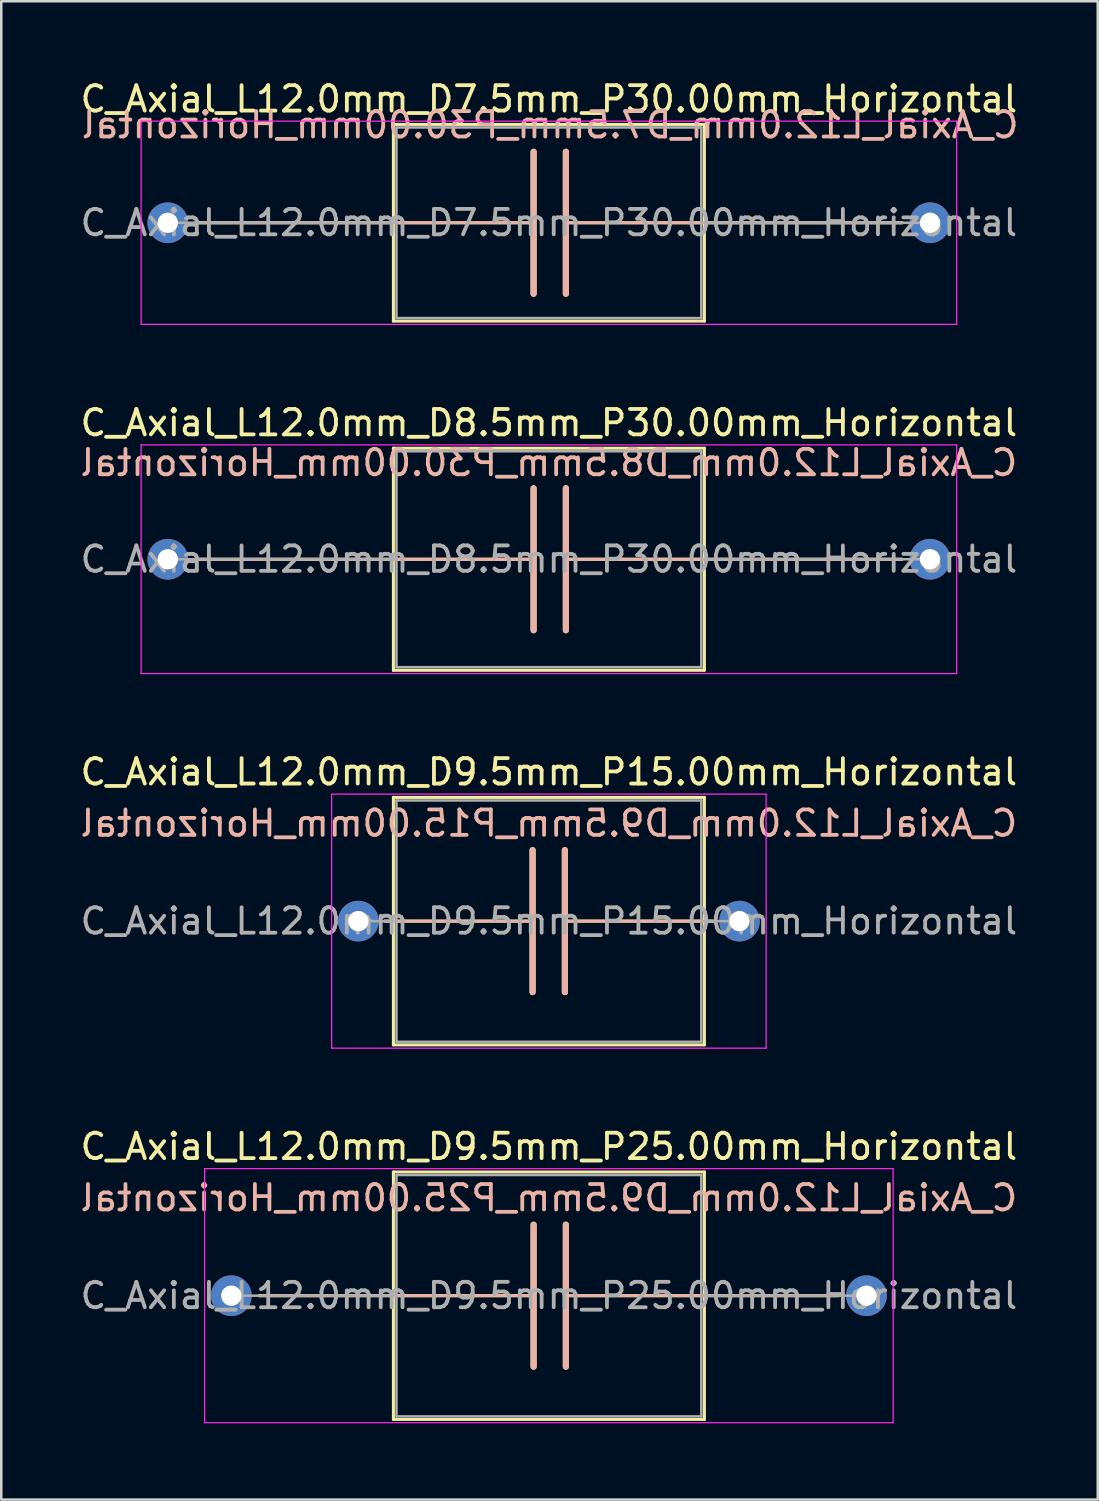
<source format=kicad_pcb>
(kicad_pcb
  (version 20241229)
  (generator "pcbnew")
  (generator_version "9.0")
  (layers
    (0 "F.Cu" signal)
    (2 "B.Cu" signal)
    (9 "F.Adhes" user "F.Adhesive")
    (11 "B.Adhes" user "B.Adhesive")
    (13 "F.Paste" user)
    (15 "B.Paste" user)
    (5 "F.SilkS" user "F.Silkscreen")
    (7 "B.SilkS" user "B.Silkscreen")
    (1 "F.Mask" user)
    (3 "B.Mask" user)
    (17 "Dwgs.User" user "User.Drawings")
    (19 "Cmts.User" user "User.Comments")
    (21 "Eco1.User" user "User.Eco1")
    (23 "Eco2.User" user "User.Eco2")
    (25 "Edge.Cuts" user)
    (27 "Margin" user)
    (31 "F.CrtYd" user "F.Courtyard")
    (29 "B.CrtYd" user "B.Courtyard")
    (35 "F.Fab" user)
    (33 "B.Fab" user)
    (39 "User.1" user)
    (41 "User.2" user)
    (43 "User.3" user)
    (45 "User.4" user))
  (footprint "C_Axial_L12.0mm_D8.5mm_P30.00mm_Horizontal"
    (layer "F.Cu")
    (at 3.554 18.962)
    (property "Reference" "C_Axial_L12.0mm_D8.5mm_P30.00mm_Horizontal" (at 15 -5.37 0) (layer "F.SilkS") (effects (font (size 1 1) (thickness 0.15))))
    (fp_line (start 1.1 0) (end 8.88 0) (stroke (width 0.12) (type solid)) (layer "F.SilkS"))
    (fp_line (start 8.88 -4.37) (end 8.88 4.37) (stroke (width 0.12) (type solid)) (layer "F.SilkS"))
    (fp_line (start 8.88 0) (end 14.398 0) (stroke (width 0.12) (type solid)) (layer "F.SilkS"))
    (fp_line (start 8.88 4.37) (end 21.12 4.37) (stroke (width 0.12) (type solid)) (layer "F.SilkS"))
    (fp_line (start 14.398 -2.794) (end 14.398 2.794) (stroke (width 0.24) (type solid)) (layer "F.SilkS"))
    (fp_line (start 15.668 2.794) (end 15.668 -2.794) (stroke (width 0.24) (type solid)) (layer "F.SilkS"))
    (fp_line (start 21.12 -4.37) (end 8.88 -4.37) (stroke (width 0.12) (type solid)) (layer "F.SilkS"))
    (fp_line (start 21.12 0) (end 15.668 0) (stroke (width 0.12) (type solid)) (layer "F.SilkS"))
    (fp_line (start 21.12 4.37) (end 21.12 -4.37) (stroke (width 0.12) (type solid)) (layer "F.SilkS"))
    (fp_line (start 28.9 0) (end 21.12 0) (stroke (width 0.12) (type solid)) (layer "F.SilkS"))
    (fp_line (start 1.1 0) (end 8.88 0) (stroke (width 0.12) (type solid)) (layer "B.SilkS"))
    (fp_line (start 8.88 0) (end 14.398 0) (stroke (width 0.12) (type solid)) (layer "B.SilkS"))
    (fp_line (start 14.398 2.794) (end 14.398 -2.794) (stroke (width 0.24) (type solid)) (layer "B.SilkS"))
    (fp_line (start 15.668 -2.794) (end 15.668 2.794) (stroke (width 0.24) (type solid)) (layer "B.SilkS"))
    (fp_line (start 21.12 0) (end 15.668 0) (stroke (width 0.12) (type solid)) (layer "B.SilkS"))
    (fp_line (start 28.9 0) (end 21.12 0) (stroke (width 0.12) (type solid)) (layer "B.SilkS"))
    (fp_line (start -1.05 -4.5) (end -1.05 4.5) (stroke (width 0.05) (type solid)) (layer "F.CrtYd"))
    (fp_line (start -1.05 4.5) (end 31.05 4.5) (stroke (width 0.05) (type solid)) (layer "F.CrtYd"))
    (fp_line (start 31.05 -4.5) (end -1.05 -4.5) (stroke (width 0.05) (type solid)) (layer "F.CrtYd"))
    (fp_line (start 31.05 4.5) (end 31.05 -4.5) (stroke (width 0.05) (type solid)) (layer "F.CrtYd"))
    (fp_line (start 0 0) (end 9 0) (stroke (width 0.1) (type solid)) (layer "F.Fab"))
    (fp_line (start 9 -4.25) (end 9 4.25) (stroke (width 0.1) (type solid)) (layer "F.Fab"))
    (fp_line (start 9 4.25) (end 21 4.25) (stroke (width 0.1) (type solid)) (layer "F.Fab"))
    (fp_line (start 21 -4.25) (end 9 -4.25) (stroke (width 0.1) (type solid)) (layer "F.Fab"))
    (fp_line (start 21 4.25) (end 21 -4.25) (stroke (width 0.1) (type solid)) (layer "F.Fab"))
    (fp_line (start 30 0) (end 21 0) (stroke (width 0.1) (type solid)) (layer "F.Fab"))
    (fp_text user "${REFERENCE}" (at 15 -3.8 0) (layer "B.SilkS") (effects (font (size 1 1) (thickness 0.15)) (justify mirror)))
    (fp_text user "${REFERENCE}" (at 15 0 0) (layer "F.Fab") (effects (font (size 1 1) (thickness 0.15))))
    (pad "1" thru_hole circle (at 0 0) (size 1.6 1.6) (drill 0.8) (layers "*.Cu" "*.Mask"))
    (pad "2" thru_hole oval (at 30 0) (size 1.6 1.6) (drill 0.8) (layers "*.Cu" "*.Mask")))
  (footprint "C_Axial_L12.0mm_D9.5mm_P15.00mm_Horizontal"
    (layer "F.Cu")
    (at 11.054 33.205)
    (property "Reference" "C_Axial_L12.0mm_D9.5mm_P15.00mm_Horizontal" (at 7.5 -5.87 0) (layer "F.SilkS") (effects (font (size 1 1) (thickness 0.15))))
    (fp_line (start 1.04 0) (end 1.38 0) (stroke (width 0.12) (type solid)) (layer "F.SilkS"))
    (fp_line (start 1.38 -4.87) (end 1.38 4.87) (stroke (width 0.12) (type solid)) (layer "F.SilkS"))
    (fp_line (start 1.38 0) (end 6.858 0) (stroke (width 0.12) (type solid)) (layer "F.SilkS"))
    (fp_line (start 1.38 4.87) (end 13.62 4.87) (stroke (width 0.12) (type solid)) (layer "F.SilkS"))
    (fp_line (start 6.858 -2.794) (end 6.858 2.794) (stroke (width 0.24) (type solid)) (layer "F.SilkS"))
    (fp_line (start 8.128 2.794) (end 8.128 -2.794) (stroke (width 0.24) (type solid)) (layer "F.SilkS"))
    (fp_line (start 13.62 -4.87) (end 1.38 -4.87) (stroke (width 0.12) (type solid)) (layer "F.SilkS"))
    (fp_line (start 13.62 0) (end 8.128 0) (stroke (width 0.12) (type solid)) (layer "F.SilkS"))
    (fp_line (start 13.62 4.87) (end 13.62 -4.87) (stroke (width 0.12) (type solid)) (layer "F.SilkS"))
    (fp_line (start 13.96 0) (end 13.62 0) (stroke (width 0.12) (type solid)) (layer "F.SilkS"))
    (fp_line (start 1.04 0) (end 1.38 0) (stroke (width 0.12) (type solid)) (layer "B.SilkS"))
    (fp_line (start 1.38 0) (end 6.858 0) (stroke (width 0.12) (type solid)) (layer "B.SilkS"))
    (fp_line (start 6.858 2.794) (end 6.858 -2.794) (stroke (width 0.24) (type solid)) (layer "B.SilkS"))
    (fp_line (start 8.128 -2.794) (end 8.128 2.794) (stroke (width 0.24) (type solid)) (layer "B.SilkS"))
    (fp_line (start 13.62 0) (end 8.128 0) (stroke (width 0.12) (type solid)) (layer "B.SilkS"))
    (fp_line (start 13.96 0) (end 13.62 0) (stroke (width 0.12) (type solid)) (layer "B.SilkS"))
    (fp_line (start -1.05 -5) (end -1.05 5) (stroke (width 0.05) (type solid)) (layer "F.CrtYd"))
    (fp_line (start -1.05 5) (end 16.05 5) (stroke (width 0.05) (type solid)) (layer "F.CrtYd"))
    (fp_line (start 16.05 -5) (end -1.05 -5) (stroke (width 0.05) (type solid)) (layer "F.CrtYd"))
    (fp_line (start 16.05 5) (end 16.05 -5) (stroke (width 0.05) (type solid)) (layer "F.CrtYd"))
    (fp_line (start 0 0) (end 1.5 0) (stroke (width 0.1) (type solid)) (layer "F.Fab"))
    (fp_line (start 1.5 -4.75) (end 1.5 4.75) (stroke (width 0.1) (type solid)) (layer "F.Fab"))
    (fp_line (start 1.5 4.75) (end 13.5 4.75) (stroke (width 0.1) (type solid)) (layer "F.Fab"))
    (fp_line (start 13.5 -4.75) (end 1.5 -4.75) (stroke (width 0.1) (type solid)) (layer "F.Fab"))
    (fp_line (start 13.5 4.75) (end 13.5 -4.75) (stroke (width 0.1) (type solid)) (layer "F.Fab"))
    (fp_line (start 15 0) (end 13.5 0) (stroke (width 0.1) (type solid)) (layer "F.Fab"))
    (fp_text user "${REFERENCE}" (at 7.5 -3.85 0) (layer "B.SilkS") (effects (font (size 1 1) (thickness 0.15)) (justify mirror)))
    (fp_text user "${REFERENCE}" (at 7.5 0 0) (layer "F.Fab") (effects (font (size 1 1) (thickness 0.15))))
    (pad "1" thru_hole circle (at 0 0) (size 1.6 1.6) (drill 0.8) (layers "*.Cu" "*.Mask"))
    (pad "2" thru_hole oval (at 15 0) (size 1.6 1.6) (drill 0.8) (layers "*.Cu" "*.Mask")))
  (footprint "C_Axial_L12.0mm_D7.5mm_P30.00mm_Horizontal"
    (layer "F.Cu")
    (at 3.554 5.718)
    (property "Reference" "C_Axial_L12.0mm_D7.5mm_P30.00mm_Horizontal" (at 15 -4.87 0) (layer "F.SilkS") (effects (font (size 1 1) (thickness 0.15))))
    (fp_line (start 1.1 0) (end 8.88 0) (stroke (width 0.12) (type solid)) (layer "F.SilkS"))
    (fp_line (start 8.88 -3.87) (end 8.88 3.87) (stroke (width 0.12) (type solid)) (layer "F.SilkS"))
    (fp_line (start 8.88 3.87) (end 21.12 3.87) (stroke (width 0.12) (type solid)) (layer "F.SilkS"))
    (fp_line (start 8.89 0) (end 14.398 0) (stroke (width 0.12) (type solid)) (layer "F.SilkS"))
    (fp_line (start 14.398 -2.794) (end 14.398 2.794) (stroke (width 0.24) (type solid)) (layer "F.SilkS"))
    (fp_line (start 15.668 2.794) (end 15.668 -2.794) (stroke (width 0.24) (type solid)) (layer "F.SilkS"))
    (fp_line (start 21.12 -3.87) (end 8.88 -3.87) (stroke (width 0.12) (type solid)) (layer "F.SilkS"))
    (fp_line (start 21.12 0) (end 15.668 0) (stroke (width 0.12) (type solid)) (layer "F.SilkS"))
    (fp_line (start 21.12 3.87) (end 21.12 -3.87) (stroke (width 0.12) (type solid)) (layer "F.SilkS"))
    (fp_line (start 28.9 0) (end 21.12 0) (stroke (width 0.12) (type solid)) (layer "F.SilkS"))
    (fp_line (start 1.1 0) (end 8.88 0) (stroke (width 0.12) (type solid)) (layer "B.SilkS"))
    (fp_line (start 8.89 0) (end 14.398 0) (stroke (width 0.12) (type solid)) (layer "B.SilkS"))
    (fp_line (start 14.398 2.794) (end 14.398 -2.794) (stroke (width 0.24) (type solid)) (layer "B.SilkS"))
    (fp_line (start 15.668 -2.794) (end 15.668 2.794) (stroke (width 0.24) (type solid)) (layer "B.SilkS"))
    (fp_line (start 21.12 0) (end 15.668 0) (stroke (width 0.12) (type solid)) (layer "B.SilkS"))
    (fp_line (start 28.9 0) (end 21.12 0) (stroke (width 0.12) (type solid)) (layer "B.SilkS"))
    (fp_line (start -1.05 -4) (end -1.05 4) (stroke (width 0.05) (type solid)) (layer "F.CrtYd"))
    (fp_line (start -1.05 4) (end 31.05 4) (stroke (width 0.05) (type solid)) (layer "F.CrtYd"))
    (fp_line (start 31.05 -4) (end -1.05 -4) (stroke (width 0.05) (type solid)) (layer "F.CrtYd"))
    (fp_line (start 31.05 4) (end 31.05 -4) (stroke (width 0.05) (type solid)) (layer "F.CrtYd"))
    (fp_line (start 0 0) (end 9 0) (stroke (width 0.1) (type solid)) (layer "F.Fab"))
    (fp_line (start 9 -3.75) (end 9 3.75) (stroke (width 0.1) (type solid)) (layer "F.Fab"))
    (fp_line (start 9 3.75) (end 21 3.75) (stroke (width 0.1) (type solid)) (layer "F.Fab"))
    (fp_line (start 21 -3.75) (end 9 -3.75) (stroke (width 0.1) (type solid)) (layer "F.Fab"))
    (fp_line (start 21 3.75) (end 21 -3.75) (stroke (width 0.1) (type solid)) (layer "F.Fab"))
    (fp_line (start 30 0) (end 21 0) (stroke (width 0.1) (type solid)) (layer "F.Fab"))
    (fp_text user "${REFERENCE}" (at 15.05 -3.85 0) (layer "B.SilkS") (effects (font (size 1 1) (thickness 0.15)) (justify mirror)))
    (fp_text user "${REFERENCE}" (at 15 0 0) (layer "F.Fab") (effects (font (size 1 1) (thickness 0.15))))
    (pad "1" thru_hole circle (at 0 0) (size 1.6 1.6) (drill 0.8) (layers "*.Cu" "*.Mask"))
    (pad "2" thru_hole oval (at 30 0) (size 1.6 1.6) (drill 0.8) (layers "*.Cu" "*.Mask")))
  (footprint "C_Axial_L12.0mm_D9.5mm_P25.00mm_Horizontal"
    (layer "F.Cu")
    (at 6.054 47.948)
    (property "Reference" "C_Axial_L12.0mm_D9.5mm_P25.00mm_Horizontal" (at 12.5 -5.87 0) (layer "F.SilkS") (effects (font (size 1 1) (thickness 0.15))))
    (fp_line (start 1.1 0) (end 6.38 0) (stroke (width 0.12) (type solid)) (layer "F.SilkS"))
    (fp_line (start 6.38 -4.87) (end 6.38 4.87) (stroke (width 0.12) (type solid)) (layer "F.SilkS"))
    (fp_line (start 6.38 0) (end 11.898 0) (stroke (width 0.12) (type solid)) (layer "F.SilkS"))
    (fp_line (start 6.38 4.87) (end 18.62 4.87) (stroke (width 0.12) (type solid)) (layer "F.SilkS"))
    (fp_line (start 11.898 -2.794) (end 11.898 2.794) (stroke (width 0.24) (type solid)) (layer "F.SilkS"))
    (fp_line (start 13.168 2.794) (end 13.168 -2.794) (stroke (width 0.24) (type solid)) (layer "F.SilkS"))
    (fp_line (start 18.62 -4.87) (end 6.38 -4.87) (stroke (width 0.12) (type solid)) (layer "F.SilkS"))
    (fp_line (start 18.62 0) (end 13.168 0) (stroke (width 0.12) (type solid)) (layer "F.SilkS"))
    (fp_line (start 18.62 4.87) (end 18.62 -4.87) (stroke (width 0.12) (type solid)) (layer "F.SilkS"))
    (fp_line (start 23.9 0) (end 18.62 0) (stroke (width 0.12) (type solid)) (layer "F.SilkS"))
    (fp_line (start 1.1 0) (end 6.38 0) (stroke (width 0.12) (type solid)) (layer "B.SilkS"))
    (fp_line (start 6.38 0) (end 11.898 0) (stroke (width 0.12) (type solid)) (layer "B.SilkS"))
    (fp_line (start 11.898 2.794) (end 11.898 -2.794) (stroke (width 0.24) (type solid)) (layer "B.SilkS"))
    (fp_line (start 13.168 -2.794) (end 13.168 2.794) (stroke (width 0.24) (type solid)) (layer "B.SilkS"))
    (fp_line (start 18.62 0) (end 13.168 0) (stroke (width 0.12) (type solid)) (layer "B.SilkS"))
    (fp_line (start 23.9 0) (end 18.62 0) (stroke (width 0.12) (type solid)) (layer "B.SilkS"))
    (fp_line (start -1.05 -5) (end -1.05 5) (stroke (width 0.05) (type solid)) (layer "F.CrtYd"))
    (fp_line (start -1.05 5) (end 26.05 5) (stroke (width 0.05) (type solid)) (layer "F.CrtYd"))
    (fp_line (start 26.05 -5) (end -1.05 -5) (stroke (width 0.05) (type solid)) (layer "F.CrtYd"))
    (fp_line (start 26.05 5) (end 26.05 -5) (stroke (width 0.05) (type solid)) (layer "F.CrtYd"))
    (fp_line (start 0 0) (end 6.5 0) (stroke (width 0.1) (type solid)) (layer "F.Fab"))
    (fp_line (start 6.5 -4.75) (end 6.5 4.75) (stroke (width 0.1) (type solid)) (layer "F.Fab"))
    (fp_line (start 6.5 4.75) (end 18.5 4.75) (stroke (width 0.1) (type solid)) (layer "F.Fab"))
    (fp_line (start 18.5 -4.75) (end 6.5 -4.75) (stroke (width 0.1) (type solid)) (layer "F.Fab"))
    (fp_line (start 18.5 4.75) (end 18.5 -4.75) (stroke (width 0.1) (type solid)) (layer "F.Fab"))
    (fp_line (start 25 0) (end 18.5 0) (stroke (width 0.1) (type solid)) (layer "F.Fab"))
    (fp_text user "${REFERENCE}" (at 12.5 -3.85 0) (layer "B.SilkS") (effects (font (size 1 1) (thickness 0.15)) (justify mirror)))
    (fp_text user "${REFERENCE}" (at 12.5 0 0) (layer "F.Fab") (effects (font (size 1 1) (thickness 0.15))))
    (pad "1" thru_hole circle (at 0 0) (size 1.6 1.6) (drill 0.8) (layers "*.Cu" "*.Mask"))
    (pad "2" thru_hole oval (at 25 0) (size 1.6 1.6) (drill 0.8) (layers "*.Cu" "*.Mask")))
  (gr_rect
    (start -3 -3)
    (end 40.157 55.973)
    (stroke (width 0.1) (type default))
    (fill no)
    (layer "Edge.Cuts")))
</source>
